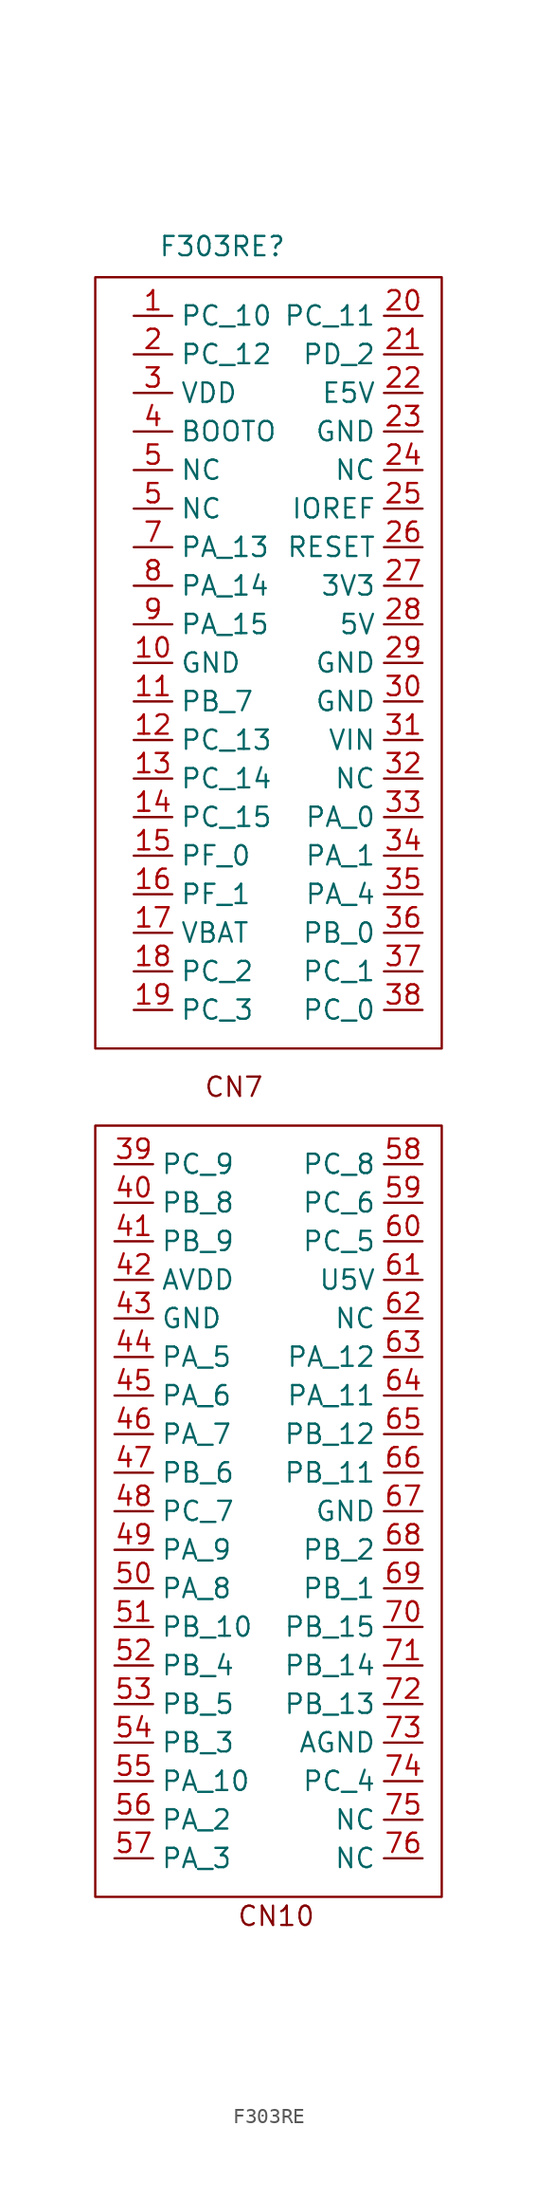
<source format=kicad_sym>
(kicad_symbol_lib
  (version 20231120)
  (generator "kicad_symbol_editor")
  (generator_version "8.0")
  (symbol "F303RE"
    (property "Reference" "F303RE"
      (at -0.508 57.912 0)
      (effects (font (size 1.27 1.27))))
    (property "Value" ""
      (at -6.35 53.34 0)
      (effects (font (size 1.27 1.27))))
    (symbol "F303RE_0_1"
      (rectangle (start -8.89 0) (end 13.97 -50.8) (stroke (width 0) (type default)) (fill (type none)))
      (rectangle (start -8.89 55.88) (end 13.97 5.08) (stroke (width 0) (type default)) (fill (type none))))
    (symbol "F303RE_1_0"
      (pin free line (at -6.35 30.48 0) (length 2.54) (name "GND" (effects (font (size 1.27 1.27)))) (number "10" (effects (font (size 1.27 1.27)))))
      (pin free line (at -6.35 27.94 0) (length 2.54) (name "PB_7" (effects (font (size 1.27 1.27)))) (number "11" (effects (font (size 1.27 1.27)))))
      (pin free line (at -6.35 25.4 0) (length 2.54) (name "PC_13" (effects (font (size 1.27 1.27)))) (number "12" (effects (font (size 1.27 1.27)))))
      (pin free line (at -6.35 22.86 0) (length 2.54) (name "PC_14" (effects (font (size 1.27 1.27)))) (number "13" (effects (font (size 1.27 1.27)))))
      (pin free line (at -6.35 20.32 0) (length 2.54) (name "PC_15" (effects (font (size 1.27 1.27)))) (number "14" (effects (font (size 1.27 1.27)))))
      (pin free line (at -6.35 17.78 0) (length 2.54) (name "PF_0" (effects (font (size 1.27 1.27)))) (number "15" (effects (font (size 1.27 1.27)))))
      (pin free line (at -6.35 15.24 0) (length 2.54) (name "PF_1" (effects (font (size 1.27 1.27)))) (number "16" (effects (font (size 1.27 1.27)))))
      (pin free line (at -6.35 12.7 0) (length 2.54) (name "VBAT" (effects (font (size 1.27 1.27)))) (number "17" (effects (font (size 1.27 1.27)))))
      (pin free line (at -6.35 10.16 0) (length 2.54) (name "PC_2" (effects (font (size 1.27 1.27)))) (number "18" (effects (font (size 1.27 1.27)))))
      (pin free line (at -6.35 7.62 0) (length 2.54) (name "PC_3" (effects (font (size 1.27 1.27)))) (number "19" (effects (font (size 1.27 1.27)))))
      (pin free line (at -6.35 50.8 0) (length 2.54) (name "PC_12" (effects (font (size 1.27 1.27)))) (number "2" (effects (font (size 1.27 1.27)))))
      (pin free line (at 12.7 53.34 180) (length 2.54) (name "PC_11" (effects (font (size 1.27 1.27)))) (number "20" (effects (font (size 1.27 1.27)))))
      (pin free line (at 12.7 50.8 180) (length 2.54) (name "PD_2" (effects (font (size 1.27 1.27)))) (number "21" (effects (font (size 1.27 1.27)))))
      (pin free line (at 12.7 48.26 180) (length 2.54) (name "E5V" (effects (font (size 1.27 1.27)))) (number "22" (effects (font (size 1.27 1.27)))))
      (pin free line (at 12.7 45.72 180) (length 2.54) (name "GND" (effects (font (size 1.27 1.27)))) (number "23" (effects (font (size 1.27 1.27)))))
      (pin free line (at 12.7 43.18 180) (length 2.54) (name "NC" (effects (font (size 1.27 1.27)))) (number "24" (effects (font (size 1.27 1.27)))))
      (pin free line (at 12.7 40.64 180) (length 2.54) (name "IOREF" (effects (font (size 1.27 1.27)))) (number "25" (effects (font (size 1.27 1.27)))))
      (pin free line (at 12.7 38.1 180) (length 2.54) (name "RESET" (effects (font (size 1.27 1.27)))) (number "26" (effects (font (size 1.27 1.27)))))
      (pin free line (at 12.7 35.56 180) (length 2.54) (name "3V3" (effects (font (size 1.27 1.27)))) (number "27" (effects (font (size 1.27 1.27)))))
      (pin free line (at 12.7 33.02 180) (length 2.54) (name "5V" (effects (font (size 1.27 1.27)))) (number "28" (effects (font (size 1.27 1.27)))))
      (pin free line (at 12.7 30.48 180) (length 2.54) (name "GND" (effects (font (size 1.27 1.27)))) (number "29" (effects (font (size 1.27 1.27)))))
      (pin free line (at -6.35 48.26 0) (length 2.54) (name "VDD" (effects (font (size 1.27 1.27)))) (number "3" (effects (font (size 1.27 1.27)))))
      (pin free line (at 12.7 27.94 180) (length 2.54) (name "GND" (effects (font (size 1.27 1.27)))) (number "30" (effects (font (size 1.27 1.27)))))
      (pin free line (at 12.7 25.4 180) (length 2.54) (name "VIN" (effects (font (size 1.27 1.27)))) (number "31" (effects (font (size 1.27 1.27)))))
      (pin free line (at 12.7 22.86 180) (length 2.54) (name "NC" (effects (font (size 1.27 1.27)))) (number "32" (effects (font (size 1.27 1.27)))))
      (pin free line (at 12.7 20.32 180) (length 2.54) (name "PA_0" (effects (font (size 1.27 1.27)))) (number "33" (effects (font (size 1.27 1.27)))))
      (pin free line (at 12.7 17.78 180) (length 2.54) (name "PA_1" (effects (font (size 1.27 1.27)))) (number "34" (effects (font (size 1.27 1.27)))))
      (pin free line (at 12.7 15.24 180) (length 2.54) (name "PA_4" (effects (font (size 1.27 1.27)))) (number "35" (effects (font (size 1.27 1.27)))))
      (pin free line (at 12.7 12.7 180) (length 2.54) (name "PB_0" (effects (font (size 1.27 1.27)))) (number "36" (effects (font (size 1.27 1.27)))))
      (pin free line (at 12.7 10.16 180) (length 2.54) (name "PC_1" (effects (font (size 1.27 1.27)))) (number "37" (effects (font (size 1.27 1.27)))))
      (pin free line (at 12.7 7.62 180) (length 2.54) (name "PC_0" (effects (font (size 1.27 1.27)))) (number "38" (effects (font (size 1.27 1.27)))))
      (pin free line (at -7.62 -2.54 0) (length 2.54) (name "PC_9" (effects (font (size 1.27 1.27)))) (number "39" (effects (font (size 1.27 1.27)))))
      (pin free line (at -7.62 -5.08 0) (length 2.54) (name "PB_8" (effects (font (size 1.27 1.27)))) (number "40" (effects (font (size 1.27 1.27)))))
      (pin free line (at -7.62 -7.62 0) (length 2.54) (name "PB_9" (effects (font (size 1.27 1.27)))) (number "41" (effects (font (size 1.27 1.27)))))
      (pin free line (at -7.62 -10.16 0) (length 2.54) (name "AVDD" (effects (font (size 1.27 1.27)))) (number "42" (effects (font (size 1.27 1.27)))))
      (pin free line (at -7.62 -12.7 0) (length 2.54) (name "GND" (effects (font (size 1.27 1.27)))) (number "43" (effects (font (size 1.27 1.27)))))
      (pin free line (at -7.62 -15.24 0) (length 2.54) (name "PA_5" (effects (font (size 1.27 1.27)))) (number "44" (effects (font (size 1.27 1.27)))))
      (pin free line (at -7.62 -17.78 0) (length 2.54) (name "PA_6" (effects (font (size 1.27 1.27)))) (number "45" (effects (font (size 1.27 1.27)))))
      (pin free line (at -7.62 -20.32 0) (length 2.54) (name "PA_7" (effects (font (size 1.27 1.27)))) (number "46" (effects (font (size 1.27 1.27)))))
      (pin free line (at -7.62 -22.86 0) (length 2.54) (name "PB_6" (effects (font (size 1.27 1.27)))) (number "47" (effects (font (size 1.27 1.27)))))
      (pin free line (at -7.62 -25.4 0) (length 2.54) (name "PC_7" (effects (font (size 1.27 1.27)))) (number "48" (effects (font (size 1.27 1.27)))))
      (pin free line (at -7.62 -27.94 0) (length 2.54) (name "PA_9" (effects (font (size 1.27 1.27)))) (number "49" (effects (font (size 1.27 1.27)))))
      (pin free line (at -6.35 40.64 0) (length 2.54) (name "NC" (effects (font (size 1.27 1.27)))) (number "5" (effects (font (size 1.27 1.27)))))
      (pin free line (at -6.35 43.18 0) (length 2.54) (name "NC" (effects (font (size 1.27 1.27)))) (number "5" (effects (font (size 1.27 1.27)))))
      (pin free line (at -7.62 -30.48 0) (length 2.54) (name "PA_8" (effects (font (size 1.27 1.27)))) (number "50" (effects (font (size 1.27 1.27)))))
      (pin free line (at -7.62 -33.02 0) (length 2.54) (name "PB_10" (effects (font (size 1.27 1.27)))) (number "51" (effects (font (size 1.27 1.27)))))
      (pin free line (at -7.62 -35.56 0) (length 2.54) (name "PB_4" (effects (font (size 1.27 1.27)))) (number "52" (effects (font (size 1.27 1.27)))))
      (pin free line (at -7.62 -38.1 0) (length 2.54) (name "PB_5" (effects (font (size 1.27 1.27)))) (number "53" (effects (font (size 1.27 1.27)))))
      (pin free line (at -7.62 -40.64 0) (length 2.54) (name "PB_3" (effects (font (size 1.27 1.27)))) (number "54" (effects (font (size 1.27 1.27)))))
      (pin free line (at -7.62 -43.18 0) (length 2.54) (name "PA_10" (effects (font (size 1.27 1.27)))) (number "55" (effects (font (size 1.27 1.27)))))
      (pin free line (at -7.62 -45.72 0) (length 2.54) (name "PA_2" (effects (font (size 1.27 1.27)))) (number "56" (effects (font (size 1.27 1.27)))))
      (pin free line (at -7.62 -48.26 0) (length 2.54) (name "PA_3" (effects (font (size 1.27 1.27)))) (number "57" (effects (font (size 1.27 1.27)))))
      (pin free line (at 12.7 -2.54 180) (length 2.54) (name "PC_8" (effects (font (size 1.27 1.27)))) (number "58" (effects (font (size 1.27 1.27)))))
      (pin free line (at 12.7 -5.08 180) (length 2.54) (name "PC_6" (effects (font (size 1.27 1.27)))) (number "59" (effects (font (size 1.27 1.27)))))
      (pin free line (at 12.7 -7.62 180) (length 2.54) (name "PC_5" (effects (font (size 1.27 1.27)))) (number "60" (effects (font (size 1.27 1.27)))))
      (pin free line (at 12.7 -10.16 180) (length 2.54) (name "U5V" (effects (font (size 1.27 1.27)))) (number "61" (effects (font (size 1.27 1.27)))))
      (pin free line (at 12.7 -12.7 180) (length 2.54) (name "NC" (effects (font (size 1.27 1.27)))) (number "62" (effects (font (size 1.27 1.27)))))
      (pin free line (at 12.7 -15.24 180) (length 2.54) (name "PA_12" (effects (font (size 1.27 1.27)))) (number "63" (effects (font (size 1.27 1.27)))))
      (pin free line (at 12.7 -17.78 180) (length 2.54) (name "PA_11" (effects (font (size 1.27 1.27)))) (number "64" (effects (font (size 1.27 1.27)))))
      (pin free line (at 12.7 -20.32 180) (length 2.54) (name "PB_12" (effects (font (size 1.27 1.27)))) (number "65" (effects (font (size 1.27 1.27)))))
      (pin free line (at 12.7 -22.86 180) (length 2.54) (name "PB_11" (effects (font (size 1.27 1.27)))) (number "66" (effects (font (size 1.27 1.27)))))
      (pin free line (at 12.7 -25.4 180) (length 2.54) (name "GND" (effects (font (size 1.27 1.27)))) (number "67" (effects (font (size 1.27 1.27)))))
      (pin free line (at 12.7 -27.94 180) (length 2.54) (name "PB_2" (effects (font (size 1.27 1.27)))) (number "68" (effects (font (size 1.27 1.27)))))
      (pin free line (at 12.7 -30.48 180) (length 2.54) (name "PB_1" (effects (font (size 1.27 1.27)))) (number "69" (effects (font (size 1.27 1.27)))))
      (pin free line (at -6.35 38.1 0) (length 2.54) (name "PA_13" (effects (font (size 1.27 1.27)))) (number "7" (effects (font (size 1.27 1.27)))))
      (pin free line (at 12.7 -33.02 180) (length 2.54) (name "PB_15" (effects (font (size 1.27 1.27)))) (number "70" (effects (font (size 1.27 1.27)))))
      (pin free line (at 12.7 -35.56 180) (length 2.54) (name "PB_14" (effects (font (size 1.27 1.27)))) (number "71" (effects (font (size 1.27 1.27)))))
      (pin free line (at 12.7 -38.1 180) (length 2.54) (name "PB_13" (effects (font (size 1.27 1.27)))) (number "72" (effects (font (size 1.27 1.27)))))
      (pin free line (at 12.7 -40.64 180) (length 2.54) (name "AGND" (effects (font (size 1.27 1.27)))) (number "73" (effects (font (size 1.27 1.27)))))
      (pin free line (at 12.7 -43.18 180) (length 2.54) (name "PC_4" (effects (font (size 1.27 1.27)))) (number "74" (effects (font (size 1.27 1.27)))))
      (pin free line (at 12.7 -45.72 180) (length 2.54) (name "NC" (effects (font (size 1.27 1.27)))) (number "75" (effects (font (size 1.27 1.27)))))
      (pin free line (at 12.7 -48.26 180) (length 2.54) (name "NC" (effects (font (size 1.27 1.27)))) (number "76" (effects (font (size 1.27 1.27)))))
      (pin free line (at -6.35 35.56 0) (length 2.54) (name "PA_14" (effects (font (size 1.27 1.27)))) (number "8" (effects (font (size 1.27 1.27)))))
      (pin free line (at -6.35 33.02 0) (length 2.54) (name "PA_15" (effects (font (size 1.27 1.27)))) (number "9" (effects (font (size 1.27 1.27))))))
    (symbol "F303RE_1_1"
      (text "CN10" (at 3.048 -52.07 0) (effects (font (size 1.27 1.27))))
      (text "CN7" (at 0.254 2.54 0) (effects (font (size 1.27 1.27))))
      (pin free line (at -6.35 53.34 0) (length 2.54) (name "PC_10" (effects (font (size 1.27 1.27)))) (number "1" (effects (font (size 1.27 1.27)))))
      (pin free line (at -6.35 45.72 0) (length 2.54) (name "BOOTO" (effects (font (size 1.27 1.27)))) (number "4" (effects (font (size 1.27 1.27))))))))
</source>
